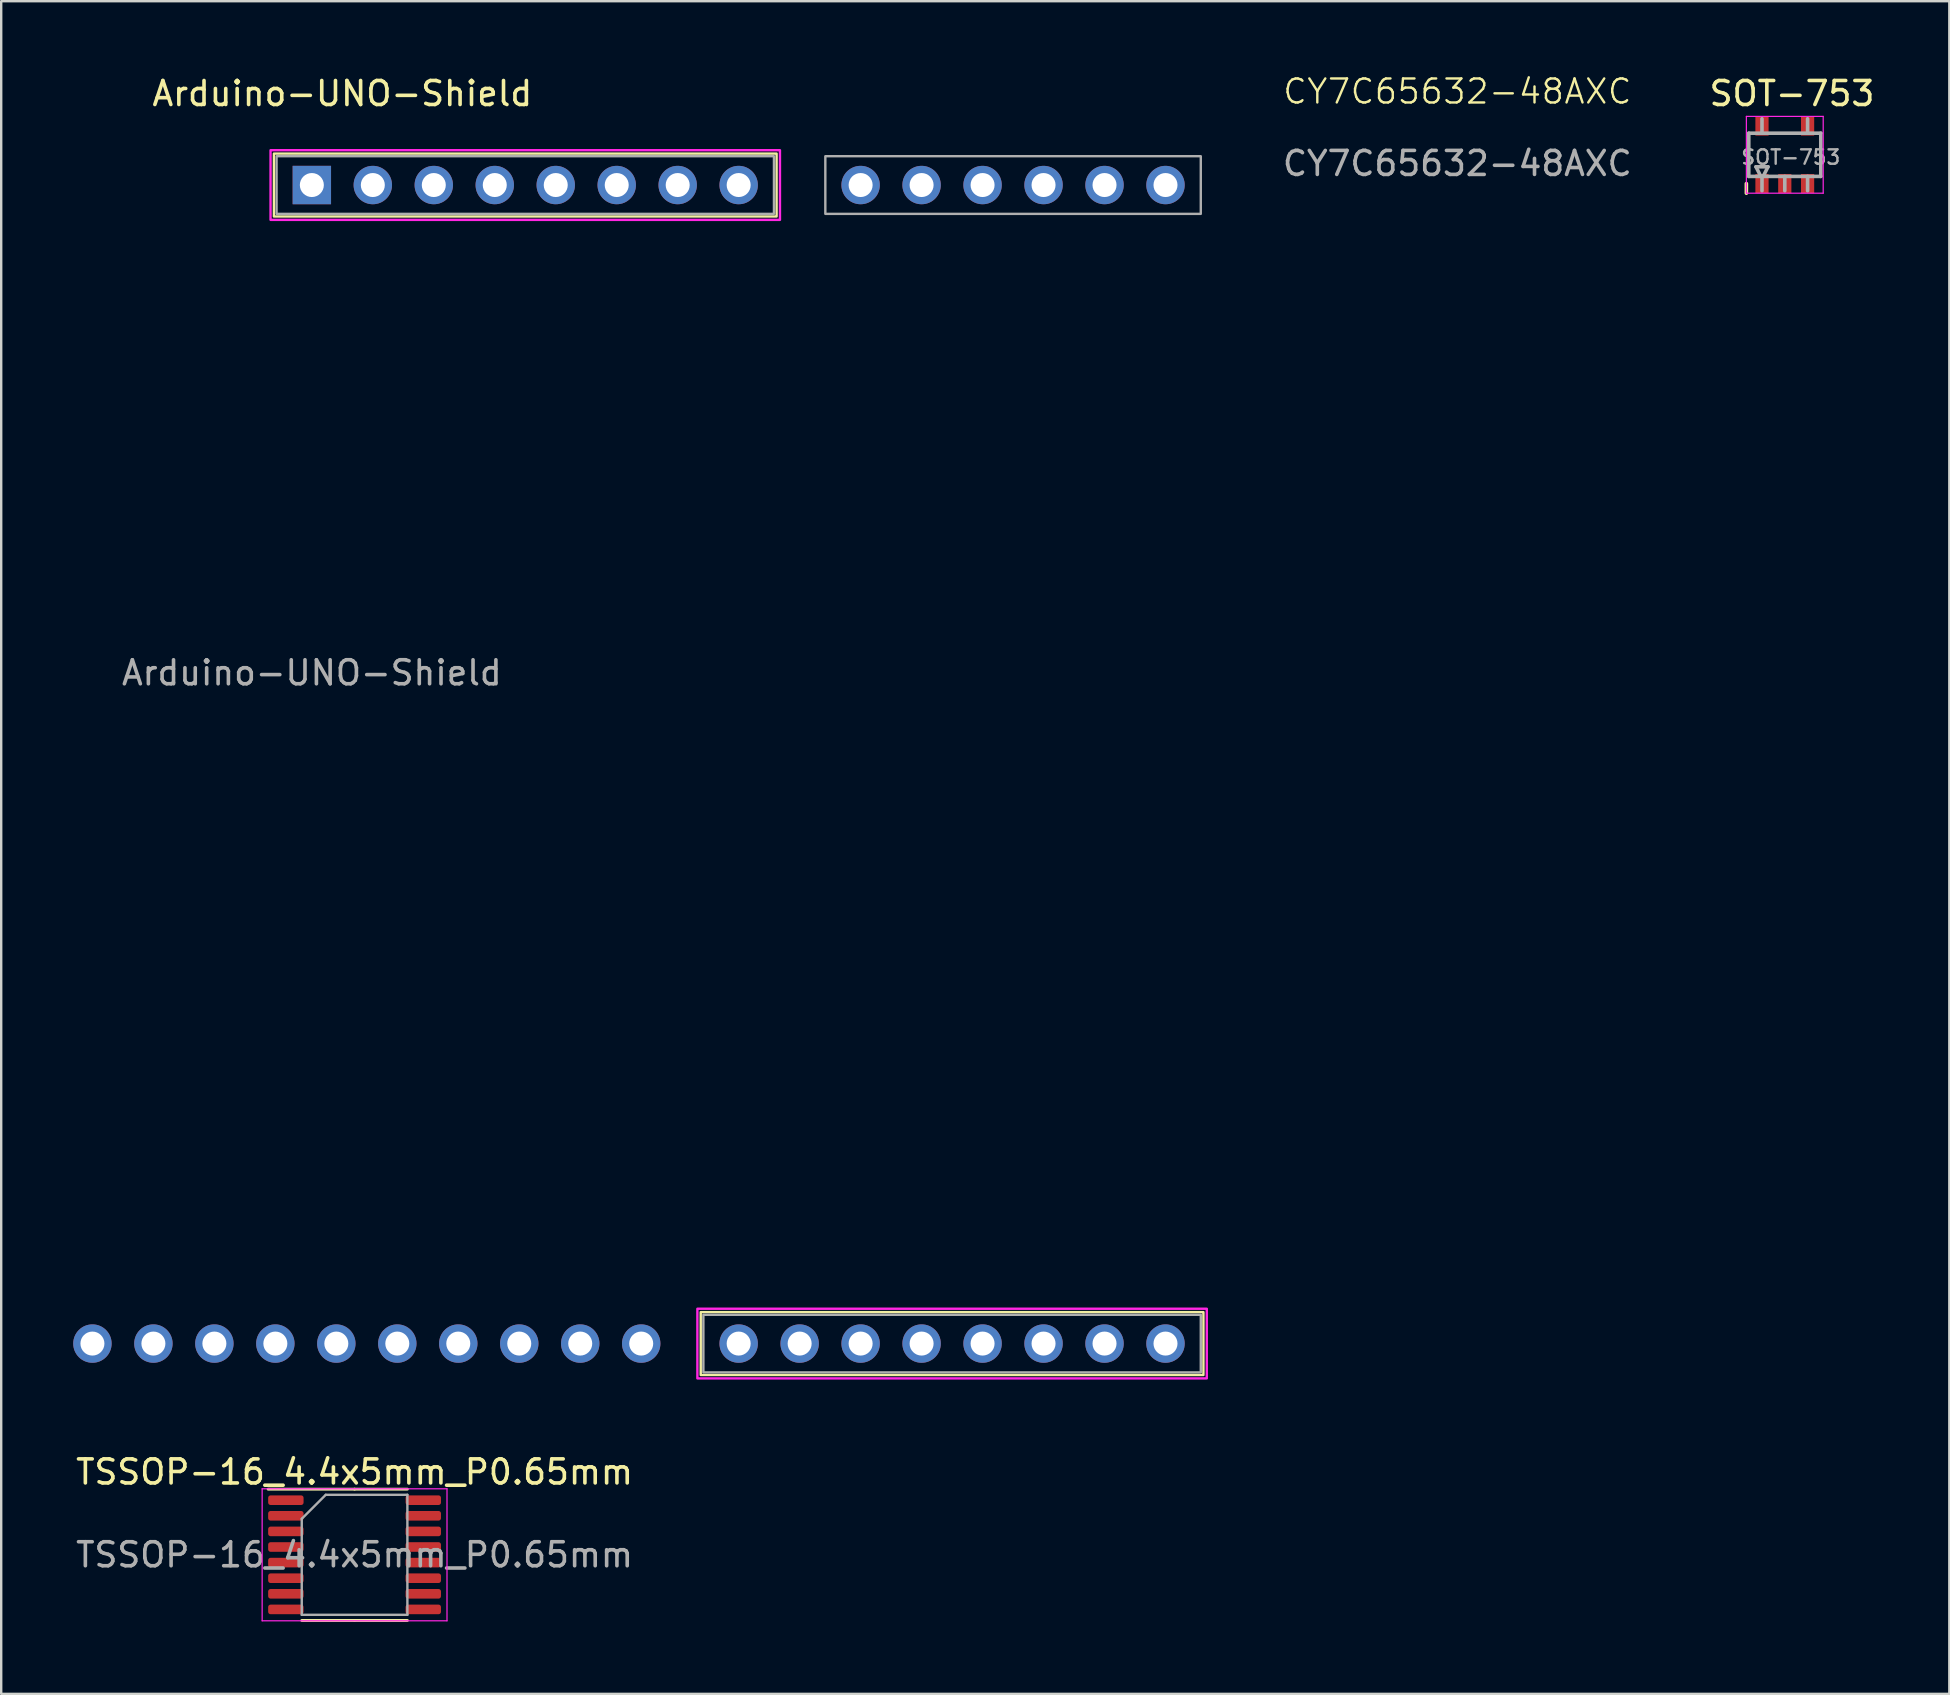
<source format=kicad_pcb>
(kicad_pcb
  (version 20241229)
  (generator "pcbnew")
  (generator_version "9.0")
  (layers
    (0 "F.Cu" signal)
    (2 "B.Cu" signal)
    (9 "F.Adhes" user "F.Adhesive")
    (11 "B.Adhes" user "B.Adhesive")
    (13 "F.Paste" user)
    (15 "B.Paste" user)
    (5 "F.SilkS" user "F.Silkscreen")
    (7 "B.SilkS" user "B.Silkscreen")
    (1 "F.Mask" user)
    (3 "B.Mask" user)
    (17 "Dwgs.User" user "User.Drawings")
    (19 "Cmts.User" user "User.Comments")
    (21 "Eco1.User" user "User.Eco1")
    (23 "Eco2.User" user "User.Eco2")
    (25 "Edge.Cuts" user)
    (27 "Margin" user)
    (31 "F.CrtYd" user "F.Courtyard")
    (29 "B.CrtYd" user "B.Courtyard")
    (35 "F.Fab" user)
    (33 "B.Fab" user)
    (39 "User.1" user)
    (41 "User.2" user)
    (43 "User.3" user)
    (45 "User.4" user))
  (footprint "TSSOP-16_4.4x5mm_P0.65mm"
    (layer "F.Cu")
    (at 11.72 61.717)
    (property "Reference" "TSSOP-16_4.4x5mm_P0.65mm" (at 0 -3.45 0) (layer "F.SilkS") (effects (font (size 1 1) (thickness 0.15))))
    (attr smd)
    (fp_line (start 0 -2.735) (end -3.6 -2.735) (stroke (width 0.12) (type solid)) (layer "F.SilkS"))
    (fp_line (start 0 -2.735) (end 2.2 -2.735) (stroke (width 0.12) (type solid)) (layer "F.SilkS"))
    (fp_line (start 0 2.735) (end -2.2 2.735) (stroke (width 0.12) (type solid)) (layer "F.SilkS"))
    (fp_line (start 0 2.735) (end 2.2 2.735) (stroke (width 0.12) (type solid)) (layer "F.SilkS"))
    (fp_line (start -3.85 -2.75) (end -3.85 2.75) (stroke (width 0.05) (type solid)) (layer "F.CrtYd"))
    (fp_line (start -3.85 2.75) (end 3.85 2.75) (stroke (width 0.05) (type solid)) (layer "F.CrtYd"))
    (fp_line (start 3.85 -2.75) (end -3.85 -2.75) (stroke (width 0.05) (type solid)) (layer "F.CrtYd"))
    (fp_line (start 3.85 2.75) (end 3.85 -2.75) (stroke (width 0.05) (type solid)) (layer "F.CrtYd"))
    (fp_line (start -2.2 -1.5) (end -1.2 -2.5) (stroke (width 0.1) (type solid)) (layer "F.Fab"))
    (fp_line (start -2.2 2.5) (end -2.2 -1.5) (stroke (width 0.1) (type solid)) (layer "F.Fab"))
    (fp_line (start -1.2 -2.5) (end 2.2 -2.5) (stroke (width 0.1) (type solid)) (layer "F.Fab"))
    (fp_line (start 2.2 -2.5) (end 2.2 2.5) (stroke (width 0.1) (type solid)) (layer "F.Fab"))
    (fp_line (start 2.2 2.5) (end -2.2 2.5) (stroke (width 0.1) (type solid)) (layer "F.Fab"))
    (fp_text user "${REFERENCE}" (at 0 0 0) (layer "F.Fab") (effects (font (size 1 1) (thickness 0.15))))
    (pad "1" smd roundrect (at -2.862 -2.275) (size 1.475 0.4) (layers "F.Cu" "F.Mask" "F.Paste") (roundrect_rratio 0.25))
    (pad "2" smd roundrect (at -2.862 -1.625) (size 1.475 0.4) (layers "F.Cu" "F.Mask" "F.Paste") (roundrect_rratio 0.25))
    (pad "3" smd roundrect (at -2.862 -0.975) (size 1.475 0.4) (layers "F.Cu" "F.Mask" "F.Paste") (roundrect_rratio 0.25))
    (pad "4" smd roundrect (at -2.862 -0.325) (size 1.475 0.4) (layers "F.Cu" "F.Mask" "F.Paste") (roundrect_rratio 0.25))
    (pad "5" smd roundrect (at -2.862 0.325) (size 1.475 0.4) (layers "F.Cu" "F.Mask" "F.Paste") (roundrect_rratio 0.25))
    (pad "6" smd roundrect (at -2.862 0.975) (size 1.475 0.4) (layers "F.Cu" "F.Mask" "F.Paste") (roundrect_rratio 0.25))
    (pad "7" smd roundrect (at -2.862 1.625) (size 1.475 0.4) (layers "F.Cu" "F.Mask" "F.Paste") (roundrect_rratio 0.25))
    (pad "8" smd roundrect (at -2.862 2.275) (size 1.475 0.4) (layers "F.Cu" "F.Mask" "F.Paste") (roundrect_rratio 0.25))
    (pad "9" smd roundrect (at 2.862 2.275) (size 1.475 0.4) (layers "F.Cu" "F.Mask" "F.Paste") (roundrect_rratio 0.25))
    (pad "10" smd roundrect (at 2.862 1.625) (size 1.475 0.4) (layers "F.Cu" "F.Mask" "F.Paste") (roundrect_rratio 0.25))
    (pad "11" smd roundrect (at 2.862 0.975) (size 1.475 0.4) (layers "F.Cu" "F.Mask" "F.Paste") (roundrect_rratio 0.25))
    (pad "12" smd roundrect (at 2.862 0.325) (size 1.475 0.4) (layers "F.Cu" "F.Mask" "F.Paste") (roundrect_rratio 0.25))
    (pad "13" smd roundrect (at 2.862 -0.325) (size 1.475 0.4) (layers "F.Cu" "F.Mask" "F.Paste") (roundrect_rratio 0.25))
    (pad "14" smd roundrect (at 2.862 -0.975) (size 1.475 0.4) (layers "F.Cu" "F.Mask" "F.Paste") (roundrect_rratio 0.25))
    (pad "15" smd roundrect (at 2.862 -1.625) (size 1.475 0.4) (layers "F.Cu" "F.Mask" "F.Paste") (roundrect_rratio 0.25))
    (pad "16" smd roundrect (at 2.862 -2.275) (size 1.475 0.4) (layers "F.Cu" "F.Mask" "F.Paste") (roundrect_rratio 0.25)))
  (footprint "CY7C65632-48AXC"
    (layer "F.Cu")
    (at 57.657 1.26)
    (property "Reference" "CY7C65632-48AXC" (at 0 -0.5 0) (unlocked yes) (layer "F.SilkS") (effects (font (size 1 1) (thickness 0.1))))
    (attr smd)
    (fp_text user "${REFERENCE}" (at 0 2.5 0) (unlocked yes) (layer "F.Fab") (effects (font (size 1 1) (thickness 0.15)))))
  (footprint "SOT-753"
    (layer "F.Cu")
    (at 71.297 3.398)
    (property "Reference" "SOT-753" (at 0.3 -2.55 0) (layer "F.SilkS") (effects (font (size 1 1) (thickness 0.15))))
    (attr smd)
    (fp_line (start -1.6 1.2) (end -1.6 1.6) (stroke (width 0.15) (type solid)) (layer "F.SilkS"))
    (fp_line (start -1.6 -1.6) (end -1.6 1.6) (stroke (width 0.05) (type solid)) (layer "F.CrtYd"))
    (fp_line (start -1.6 -1.6) (end 1.6 -1.6) (stroke (width 0.05) (type solid)) (layer "F.CrtYd"))
    (fp_line (start -1.6 1.6) (end 1.6 1.6) (stroke (width 0.05) (type solid)) (layer "F.CrtYd"))
    (fp_line (start 1.6 -1.6) (end 1.6 1.6) (stroke (width 0.05) (type solid)) (layer "F.CrtYd"))
    (fp_line (start -1.5 -0.9) (end -1.5 0.9) (stroke (width 0.15) (type solid)) (layer "F.Fab"))
    (fp_line (start -1.5 0.9) (end 1.5 0.9) (stroke (width 0.15) (type solid)) (layer "F.Fab"))
    (fp_line (start -1.2 0.5) (end -0.7 0.5) (stroke (width 0.15) (type solid)) (layer "F.Fab"))
    (fp_line (start -1 0.9) (end -1.2 0.5) (stroke (width 0.15) (type solid)) (layer "F.Fab"))
    (fp_line (start -0.95 -1.5) (end -0.95 -0.9) (stroke (width 0.15) (type solid)) (layer "F.Fab"))
    (fp_line (start -0.95 1.5) (end -0.95 0.9) (stroke (width 0.15) (type solid)) (layer "F.Fab"))
    (fp_line (start -0.7 0.5) (end -0.9 0.9) (stroke (width 0.15) (type solid)) (layer "F.Fab"))
    (fp_line (start 0 1.5) (end 0 0.9) (stroke (width 0.15) (type solid)) (layer "F.Fab"))
    (fp_line (start 0.95 -1.5) (end 0.95 -0.9) (stroke (width 0.15) (type solid)) (layer "F.Fab"))
    (fp_line (start 0.95 1.5) (end 0.95 0.9) (stroke (width 0.15) (type solid)) (layer "F.Fab"))
    (fp_line (start 1.5 -0.9) (end -1.5 -0.9) (stroke (width 0.15) (type solid)) (layer "F.Fab"))
    (fp_line (start 1.5 0.9) (end 1.5 -0.9) (stroke (width 0.15) (type solid)) (layer "F.Fab"))
    (fp_text user "${REFERENCE}" (at 0.25 0.1 0) (layer "F.Fab") (effects (font (size 0.6 0.6) (thickness 0.1))))
    (pad "1" smd rect (at -0.95 1.2) (size 0.55 0.8) (layers "F.Cu" "F.Mask" "F.Paste"))
    (pad "2" smd rect (at 0 1.2) (size 0.55 0.8) (layers "F.Cu" "F.Mask" "F.Paste"))
    (pad "3" smd rect (at 0.95 1.2) (size 0.55 0.8) (layers "F.Cu" "F.Mask" "F.Paste"))
    (pad "4" smd rect (at 0.95 -1.2) (size 0.55 0.8) (layers "F.Cu" "F.Mask" "F.Paste"))
    (pad "5" smd rect (at -0.95 -1.2) (size 0.55 0.8) (layers "F.Cu" "F.Mask" "F.Paste")))
  (footprint "Arduino-UNO-Shield"
    (layer "F.Cu")
    (at 9.94 4.658)
    (property "Reference" "Arduino-UNO-Shield" (at 1.27 -3.81 180) (layer "F.SilkS") (effects (font (size 1 1) (thickness 0.15))))
    (attr through_hole)
    (fp_rect (start -1.58 -1.31) (end 19.36 1.31) (stroke (width 0.1) (type default)) (fill no) (layer "F.SilkS"))
    (fp_rect (start 16.2 46.95) (end 37.14 49.57) (stroke (width 0.1) (type default)) (fill no) (layer "F.SilkS"))
    (fp_rect (start -1.72 -1.45) (end 19.5 1.45) (stroke (width 0.1) (type default)) (fill no) (layer "F.CrtYd"))
    (fp_rect (start 16.06 46.81) (end 37.28 49.71) (stroke (width 0.1) (type default)) (fill no) (layer "F.CrtYd"))
    (fp_rect (start -1.47 -1.2) (end 19.25 1.2) (stroke (width 0.1) (type default)) (fill no) (layer "F.Fab"))
    (fp_rect (start 16.31 47.06) (end 37.03 49.46) (stroke (width 0.1) (type default)) (fill no) (layer "F.Fab"))
    (fp_rect (start 21.39 -1.2) (end 37.03 1.2) (stroke (width 0.1) (type default)) (fill no) (layer "F.Fab"))
    (fp_text user "${REFERENCE}" (at 0 20.32 180) (layer "F.Fab") (effects (font (size 1 1) (thickness 0.15))))
    (pad "1" thru_hole rect (at 0 0 90) (size 1.6 1.6) (drill 1) (layers "*.Cu" "*.Mask"))
    (pad "2" thru_hole oval (at 2.54 0 90) (size 1.6 1.6) (drill 1) (layers "*.Cu" "*.Mask"))
    (pad "3" thru_hole oval (at 5.08 0 90) (size 1.6 1.6) (drill 1) (layers "*.Cu" "*.Mask"))
    (pad "4" thru_hole oval (at 7.62 0 90) (size 1.6 1.6) (drill 1) (layers "*.Cu" "*.Mask"))
    (pad "5" thru_hole oval (at 10.16 0 90) (size 1.6 1.6) (drill 1) (layers "*.Cu" "*.Mask"))
    (pad "6" thru_hole oval (at 12.7 0 90) (size 1.6 1.6) (drill 1) (layers "*.Cu" "*.Mask"))
    (pad "7" thru_hole oval (at 15.24 0 90) (size 1.6 1.6) (drill 1) (layers "*.Cu" "*.Mask"))
    (pad "8" thru_hole oval (at 17.78 0 90) (size 1.6 1.6) (drill 1) (layers "*.Cu" "*.Mask"))
    (pad "9" thru_hole oval (at 22.86 0 90) (size 1.6 1.6) (drill 1) (layers "*.Cu" "*.Mask"))
    (pad "10" thru_hole oval (at 25.4 0 90) (size 1.6 1.6) (drill 1) (layers "*.Cu" "*.Mask"))
    (pad "11" thru_hole oval (at 27.94 0 90) (size 1.6 1.6) (drill 1) (layers "*.Cu" "*.Mask"))
    (pad "12" thru_hole oval (at 30.48 0 90) (size 1.6 1.6) (drill 1) (layers "*.Cu" "*.Mask"))
    (pad "13" thru_hole oval (at 33.02 0 90) (size 1.6 1.6) (drill 1) (layers "*.Cu" "*.Mask"))
    (pad "14" thru_hole oval (at 35.56 0 90) (size 1.6 1.6) (drill 1) (layers "*.Cu" "*.Mask"))
    (pad "15" thru_hole oval (at 35.56 48.26 90) (size 1.6 1.6) (drill 1) (layers "*.Cu" "*.Mask"))
    (pad "16" thru_hole oval (at 33.02 48.26 90) (size 1.6 1.6) (drill 1) (layers "*.Cu" "*.Mask"))
    (pad "17" thru_hole oval (at 30.48 48.26 90) (size 1.6 1.6) (drill 1) (layers "*.Cu" "*.Mask"))
    (pad "18" thru_hole oval (at 27.94 48.26 90) (size 1.6 1.6) (drill 1) (layers "*.Cu" "*.Mask"))
    (pad "19" thru_hole oval (at 25.4 48.26 90) (size 1.6 1.6) (drill 1) (layers "*.Cu" "*.Mask"))
    (pad "20" thru_hole oval (at 22.86 48.26 90) (size 1.6 1.6) (drill 1) (layers "*.Cu" "*.Mask"))
    (pad "21" thru_hole oval (at 20.32 48.26 90) (size 1.6 1.6) (drill 1) (layers "*.Cu" "*.Mask"))
    (pad "22" thru_hole oval (at 17.78 48.26 90) (size 1.6 1.6) (drill 1) (layers "*.Cu" "*.Mask"))
    (pad "23" thru_hole oval (at 13.72 48.26 90) (size 1.6 1.6) (drill 1) (layers "*.Cu" "*.Mask"))
    (pad "24" thru_hole oval (at 11.18 48.26 90) (size 1.6 1.6) (drill 1) (layers "*.Cu" "*.Mask"))
    (pad "25" thru_hole oval (at 8.64 48.26 90) (size 1.6 1.6) (drill 1) (layers "*.Cu" "*.Mask"))
    (pad "26" thru_hole oval (at 6.1 48.26 90) (size 1.6 1.6) (drill 1) (layers "*.Cu" "*.Mask"))
    (pad "27" thru_hole oval (at 3.56 48.26 90) (size 1.6 1.6) (drill 1) (layers "*.Cu" "*.Mask"))
    (pad "28" thru_hole oval (at 1.02 48.26 90) (size 1.6 1.6) (drill 1) (layers "*.Cu" "*.Mask"))
    (pad "29" thru_hole oval (at -1.52 48.26 90) (size 1.6 1.6) (drill 1) (layers "*.Cu" "*.Mask"))
    (pad "30" thru_hole oval (at -4.06 48.26 90) (size 1.6 1.6) (drill 1) (layers "*.Cu" "*.Mask"))
    (pad "31" thru_hole oval (at -6.6 48.26 90) (size 1.6 1.6) (drill 1) (layers "*.Cu" "*.Mask"))
    (pad "32" thru_hole oval (at -9.14 48.26 90) (size 1.6 1.6) (drill 1) (layers "*.Cu" "*.Mask")))
  (gr_rect
    (start -3 -3)
    (end 78.151 67.511)
    (stroke (width 0.1) (type default))
    (fill no)
    (layer "Edge.Cuts")))
</source>
